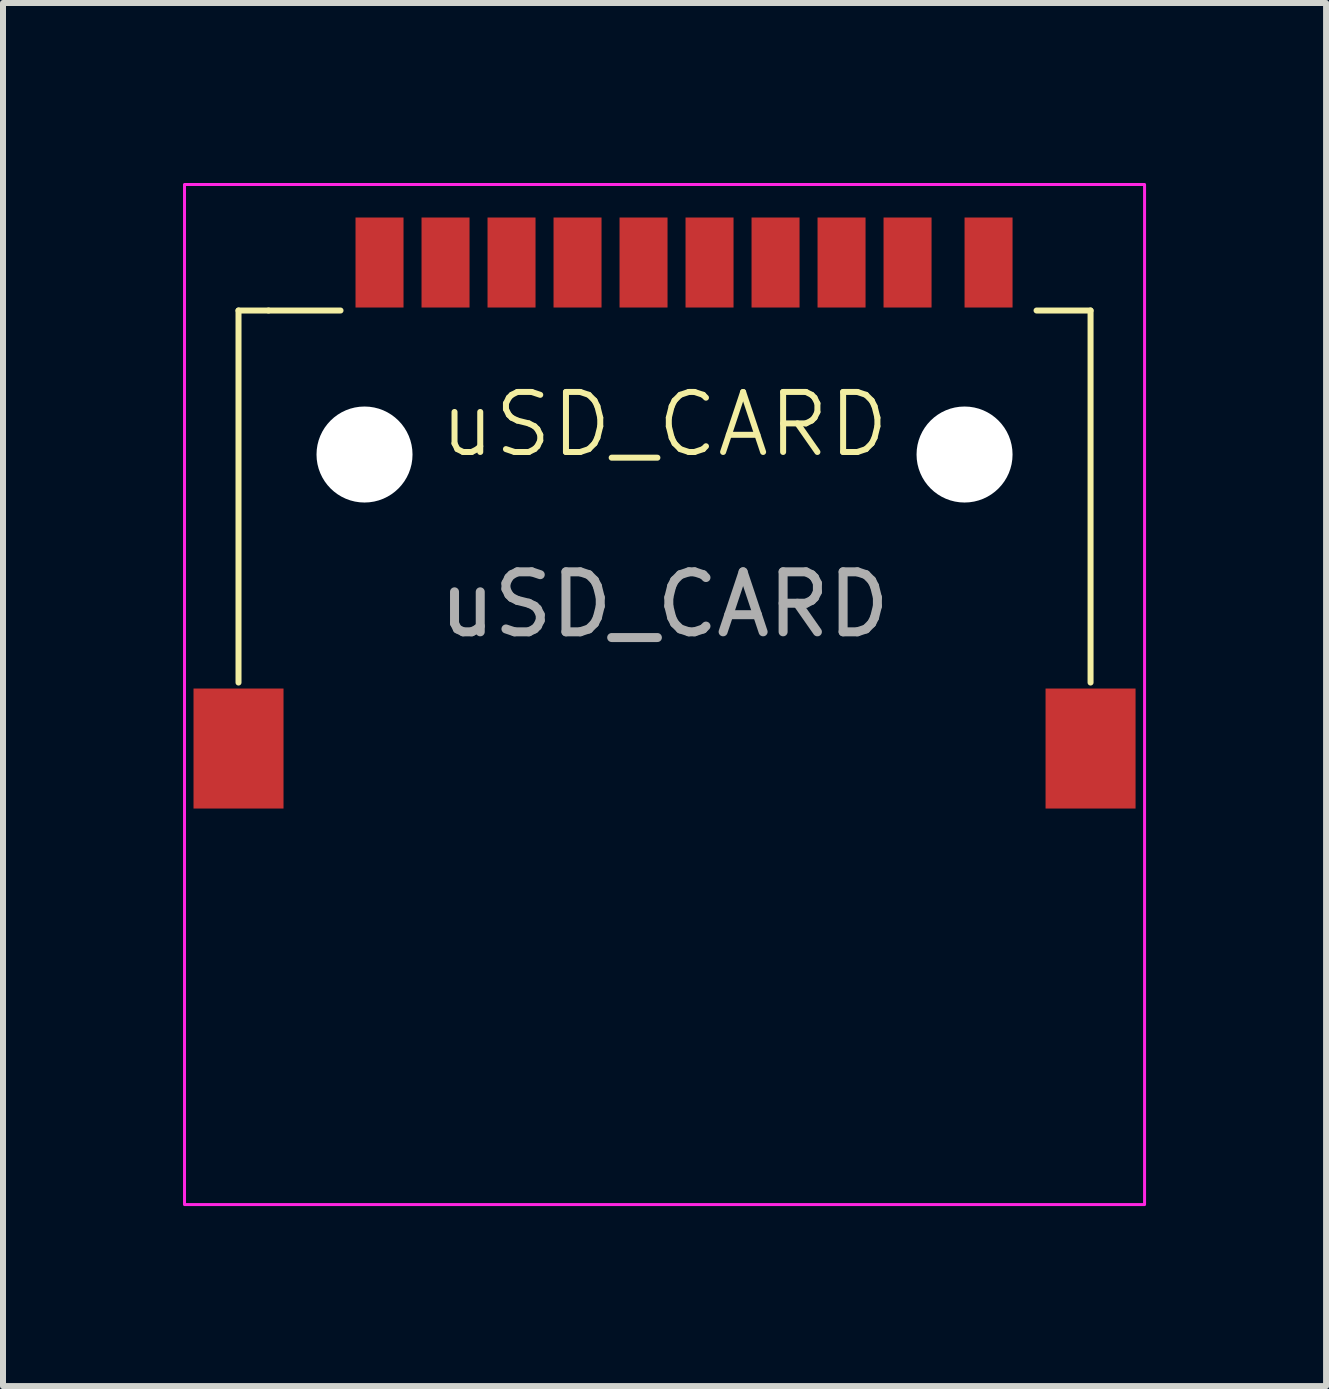
<source format=kicad_pcb>
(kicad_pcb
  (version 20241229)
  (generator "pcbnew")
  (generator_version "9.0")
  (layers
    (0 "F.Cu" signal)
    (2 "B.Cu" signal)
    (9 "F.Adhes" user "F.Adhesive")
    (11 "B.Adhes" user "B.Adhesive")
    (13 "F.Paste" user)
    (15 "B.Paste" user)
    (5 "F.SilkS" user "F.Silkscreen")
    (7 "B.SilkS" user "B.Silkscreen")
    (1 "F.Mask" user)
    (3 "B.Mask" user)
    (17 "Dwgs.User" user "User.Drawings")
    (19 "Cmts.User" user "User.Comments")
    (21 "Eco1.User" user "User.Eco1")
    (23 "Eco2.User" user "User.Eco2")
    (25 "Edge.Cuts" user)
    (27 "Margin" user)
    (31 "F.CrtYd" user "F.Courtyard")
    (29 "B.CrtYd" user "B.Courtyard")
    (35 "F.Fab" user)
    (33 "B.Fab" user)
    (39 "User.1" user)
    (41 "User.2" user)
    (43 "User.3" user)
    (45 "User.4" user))
  (footprint "uSD_CARD"
    (layer "F.Cu")
    (at 8.025 4.525)
    (property "Reference" "uSD_CARD" (at 0 -0.5 0) (unlocked yes) (layer "F.SilkS") (effects (font (size 1 1) (thickness 0.1))))
    (attr smd)
    (fp_line (start -7.1 -2.4) (end -6.6 -2.4) (stroke (width 0.1) (type default)) (layer "F.SilkS"))
    (fp_line (start -7.1 3.8) (end -7.1 -2.4) (stroke (width 0.1) (type default)) (layer "F.SilkS"))
    (fp_line (start -5.4 -2.4) (end -6.6 -2.4) (stroke (width 0.1) (type default)) (layer "F.SilkS"))
    (fp_line (start 7.1 -2.4) (end 6.2 -2.4) (stroke (width 0.1) (type default)) (layer "F.SilkS"))
    (fp_line (start 7.1 3.8) (end 7.1 -2.4) (stroke (width 0.1) (type default)) (layer "F.SilkS"))
    (fp_rect (start -8 -4.5) (end 8 12.5) (stroke (width 0.05) (type default)) (fill no) (layer "F.CrtYd"))
    (fp_text user "${REFERENCE}" (at 0 2.5 0) (unlocked yes) (layer "F.Fab") (effects (font (size 1 1) (thickness 0.15))))
    (pad "" np_thru_hole circle (at -5 0 180) (size 1.6 1.6) (drill 1.6) (layers "*.Cu" "*.Mask"))
    (pad "" np_thru_hole circle (at 5 0 180) (size 1.6 1.6) (drill 1.6) (layers "*.Cu" "*.Mask"))
    (pad "1" smd rect (at 2.95 -3.2 90) (size 1.5 0.8) (layers "F.Cu" "F.Mask" "F.Paste"))
    (pad "2" smd rect (at 1.85 -3.2 90) (size 1.5 0.8) (layers "F.Cu" "F.Mask" "F.Paste"))
    (pad "3" smd rect (at 0.75 -3.2 90) (size 1.5 0.8) (layers "F.Cu" "F.Mask" "F.Paste"))
    (pad "4" smd rect (at -0.35 -3.2 90) (size 1.5 0.8) (layers "F.Cu" "F.Mask" "F.Paste"))
    (pad "5" smd rect (at -1.45 -3.2 90) (size 1.5 0.8) (layers "F.Cu" "F.Mask" "F.Paste"))
    (pad "6" smd rect (at -2.55 -3.2 90) (size 1.5 0.8) (layers "F.Cu" "F.Mask" "F.Paste"))
    (pad "7" smd rect (at -3.65 -3.2 90) (size 1.5 0.8) (layers "F.Cu" "F.Mask" "F.Paste"))
    (pad "8" smd rect (at -4.75 -3.2 90) (size 1.5 0.8) (layers "F.Cu" "F.Mask" "F.Paste"))
    (pad "9" smd rect (at 4.05 -3.2 90) (size 1.5 0.8) (layers "F.Cu" "F.Mask" "F.Paste"))
    (pad "10" smd rect (at 5.4 -3.2 90) (size 1.5 0.8) (layers "F.Cu" "F.Mask" "F.Paste"))
    (pad "11" smd rect (at -7.1 4.9 180) (size 1.5 2) (layers "F.Cu" "F.Mask" "F.Paste"))
    (pad "11" smd rect (at 7.1 4.9 180) (size 1.5 2) (layers "F.Cu" "F.Mask" "F.Paste")))
  (gr_rect
    (start -3 -3)
    (end 19.05 20.05)
    (stroke (width 0.1) (type default))
    (fill no)
    (layer "Edge.Cuts")))
</source>
